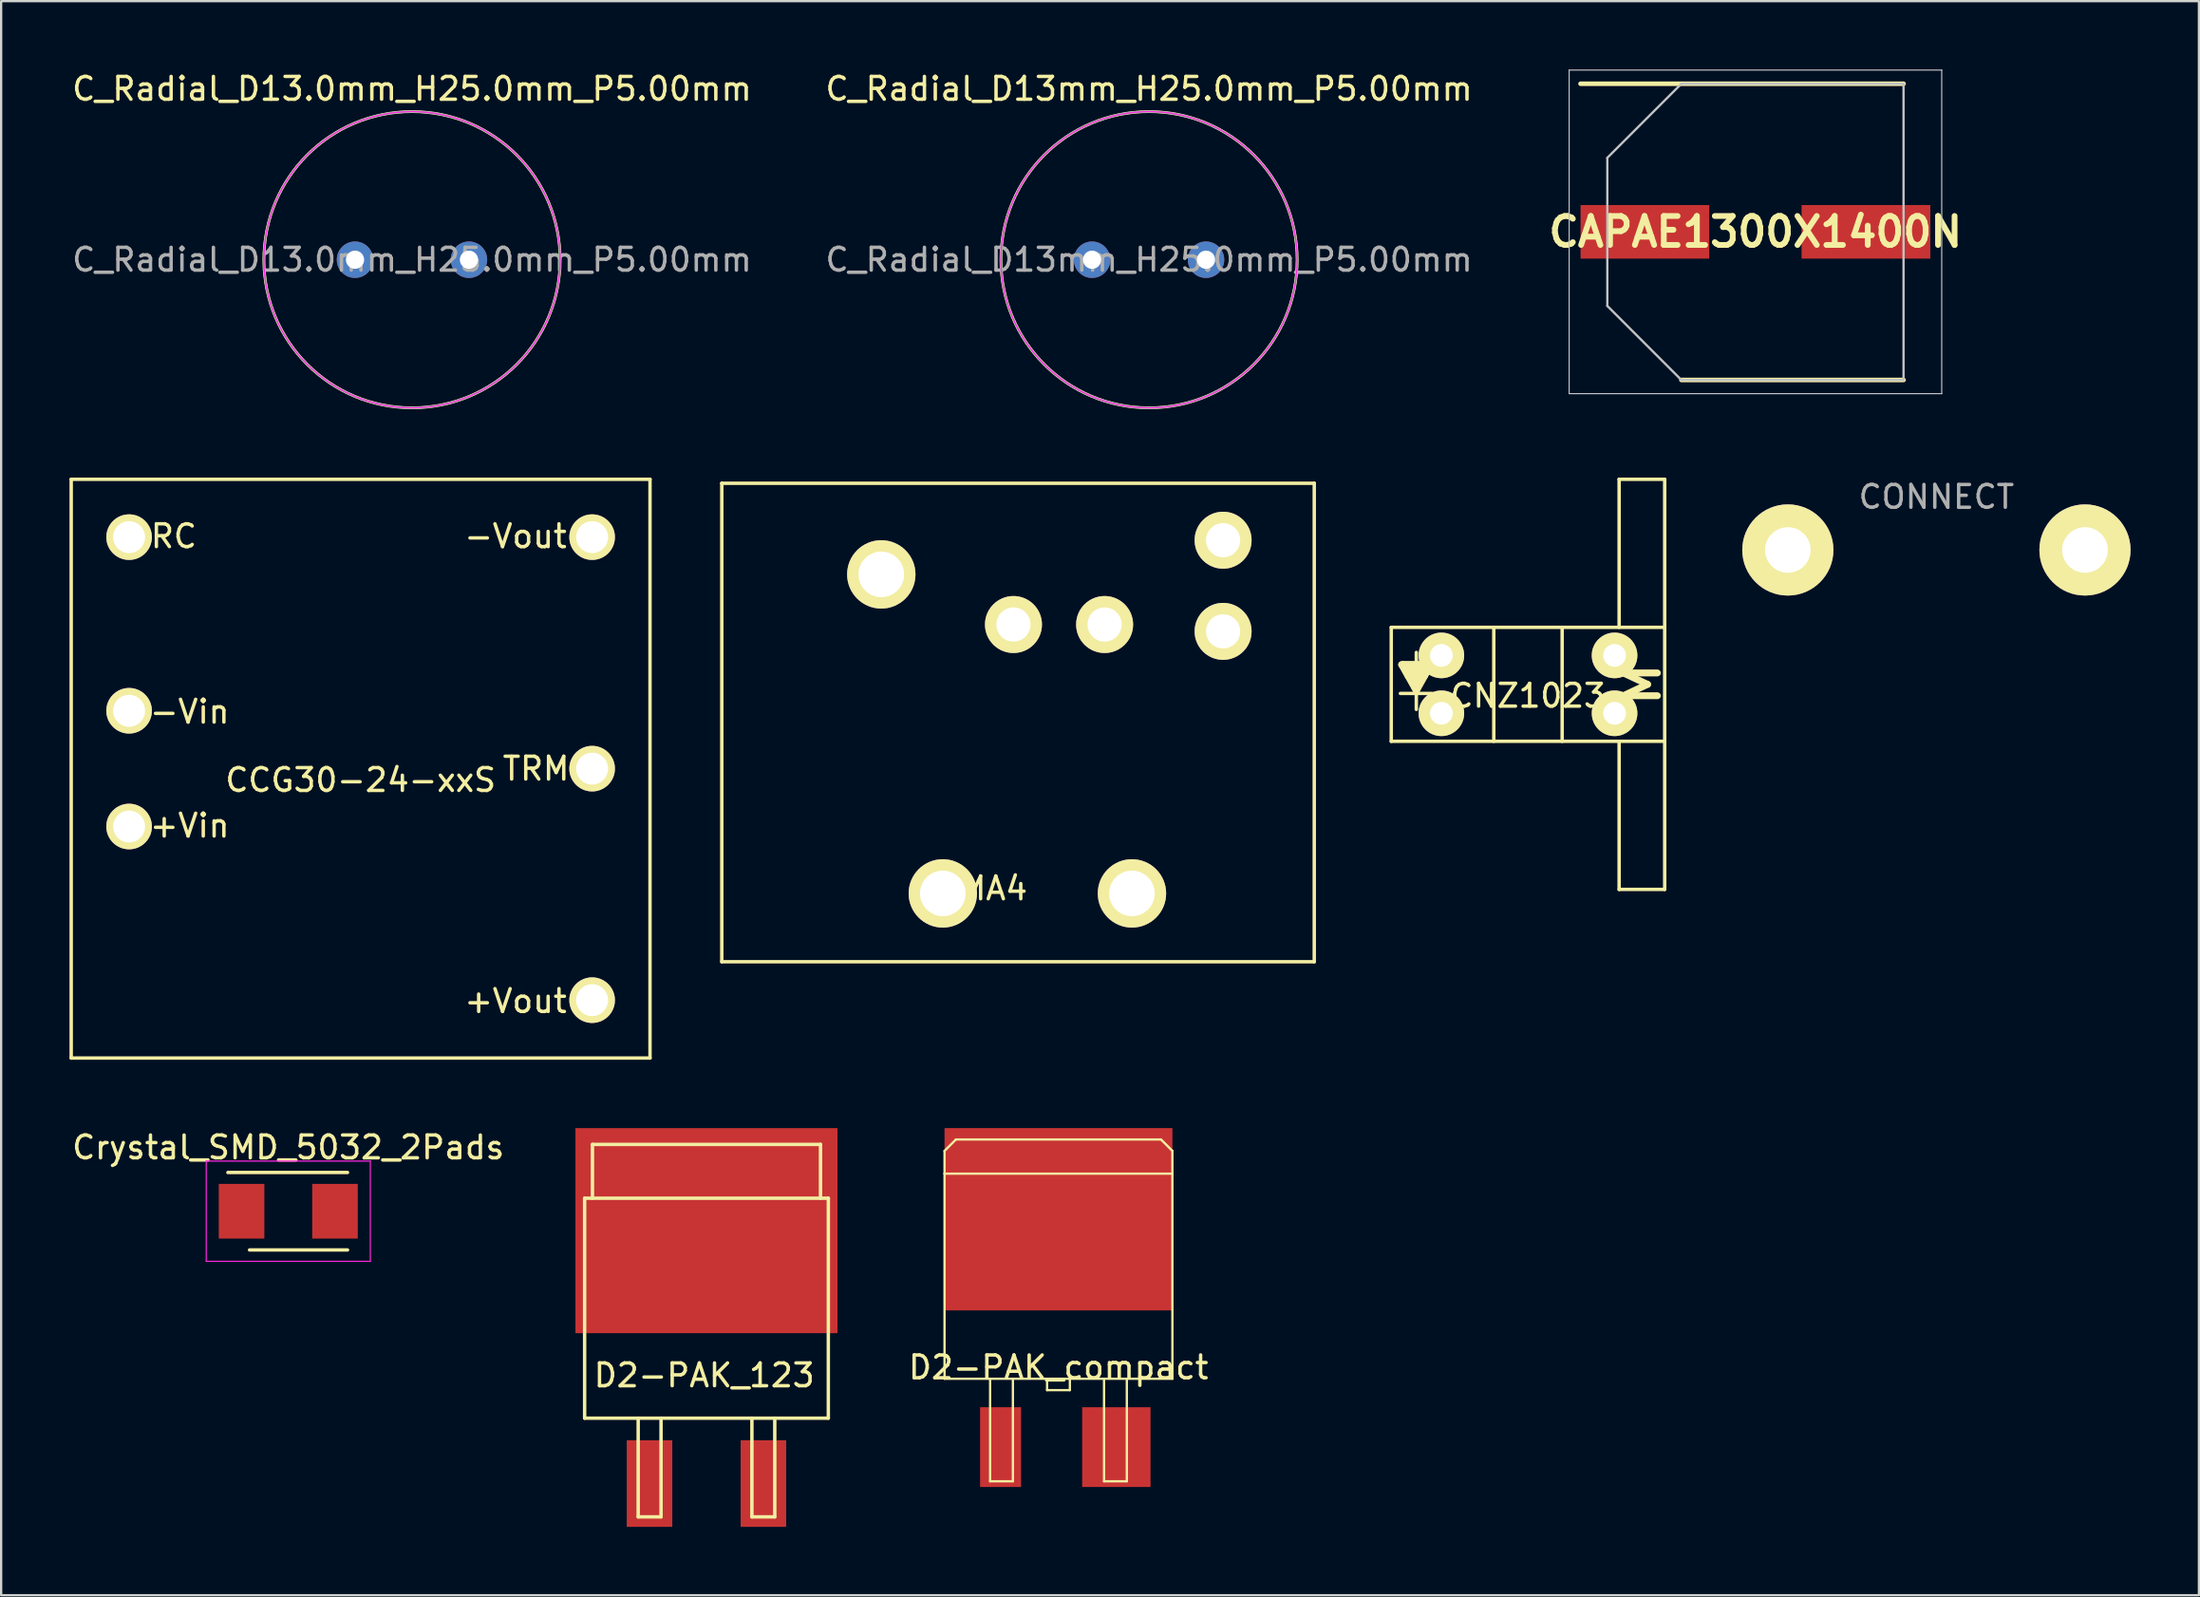
<source format=kicad_pcb>
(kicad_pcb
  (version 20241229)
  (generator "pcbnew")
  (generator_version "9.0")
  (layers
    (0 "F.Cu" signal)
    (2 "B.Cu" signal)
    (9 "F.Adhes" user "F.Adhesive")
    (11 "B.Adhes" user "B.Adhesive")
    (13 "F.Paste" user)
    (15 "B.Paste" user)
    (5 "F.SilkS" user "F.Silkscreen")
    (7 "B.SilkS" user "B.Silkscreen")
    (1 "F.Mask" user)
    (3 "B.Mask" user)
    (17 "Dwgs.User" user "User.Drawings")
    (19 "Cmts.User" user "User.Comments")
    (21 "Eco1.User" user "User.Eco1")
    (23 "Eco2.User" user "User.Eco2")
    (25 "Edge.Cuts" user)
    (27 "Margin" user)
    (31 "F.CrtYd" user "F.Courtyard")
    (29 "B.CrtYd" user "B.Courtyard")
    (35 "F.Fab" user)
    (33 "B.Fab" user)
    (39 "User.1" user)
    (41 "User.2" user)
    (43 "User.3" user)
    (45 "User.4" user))
  (footprint "CCG30-24-xxS"
    (layer "F.Cu")
    (at 12.775 30.683)
    (property "Reference" "CCG30-24-xxS" (at 0 0.5 0) (layer "F.SilkS") (effects (font (size 1 1) (thickness 0.15))))
    (attr through_hole)
    (fp_line (start -12.7 -12.7) (end -12.7 12.7) (stroke (width 0.15) (type solid)) (layer "F.SilkS"))
    (fp_line (start -12.7 12.7) (end 12.7 12.7) (stroke (width 0.15) (type solid)) (layer "F.SilkS"))
    (fp_line (start 12.7 -12.7) (end -12.7 -12.7) (stroke (width 0.15) (type solid)) (layer "F.SilkS"))
    (fp_line (start 12.7 12.7) (end 12.7 -12.7) (stroke (width 0.15) (type solid)) (layer "F.SilkS"))
    (fp_text user "RC" (at -8.2 -10.2 0) (layer "F.SilkS") (effects (font (size 1 1) (thickness 0.15))))
    (fp_text user "+Vin" (at -7.5 2.5 0) (layer "F.SilkS") (effects (font (size 1 1) (thickness 0.15))))
    (fp_text user "-Vout" (at 6.8 -10.2 0) (layer "F.SilkS") (effects (font (size 1 1) (thickness 0.15))))
    (fp_text user "TRM" (at 7.7 0 0) (layer "F.SilkS") (effects (font (size 1 1) (thickness 0.15))))
    (fp_text user "+Vout" (at 6.8 10.2 0) (layer "F.SilkS") (effects (font (size 1 1) (thickness 0.15))))
    (fp_text user "-Vin" (at -7.5 -2.5 0) (layer "F.SilkS") (effects (font (size 1 1) (thickness 0.15))))
    (pad "1" thru_hole circle (at -10.16 -10.16) (size 2 2) (drill 1.4) (layers "*.Cu" "*.Mask" "F.SilkS"))
    (pad "2" thru_hole circle (at -10.16 -2.54) (size 2 2) (drill 1.4) (layers "*.Cu" "*.Mask" "F.SilkS"))
    (pad "3" thru_hole circle (at -10.16 2.54) (size 2 2) (drill 1.4) (layers "*.Cu" "*.Mask" "F.SilkS"))
    (pad "4" thru_hole circle (at 10.16 -10.16) (size 2 2) (drill 1.4) (layers "*.Cu" "*.Mask" "F.SilkS"))
    (pad "5" thru_hole circle (at 10.16 0) (size 2 2) (drill 1.4) (layers "*.Cu" "*.Mask" "F.SilkS"))
    (pad "6" thru_hole circle (at 10.16 10.16) (size 2 2) (drill 1.4) (layers "*.Cu" "*.Mask" "F.SilkS")))
  (footprint "C_Radial_D13mm_H25.0mm_P5.00mm"
    (layer "F.Cu")
    (at 44.875 8.348)
    (property "Reference" "C_Radial_D13mm_H25.0mm_P5.00mm" (at 2.5 -7.5 180) (layer "F.SilkS") (effects (font (size 1 1) (thickness 0.15))))
    (attr through_hole)
    (fp_circle (center 2.5 0) (end 9 0) (stroke (width 0.12) (type solid)) (fill no) (layer "F.SilkS"))
    (fp_circle (center 2.5 0) (end 9 0) (stroke (width 0.05) (type solid)) (fill no) (layer "F.CrtYd"))
    (fp_circle (center 2.5 0) (end 9 0) (stroke (width 0.1) (type solid)) (fill no) (layer "F.Fab"))
    (fp_text user "${REFERENCE}" (at 2.5 0 180) (layer "F.Fab") (effects (font (size 1 1) (thickness 0.15))))
    (pad "1" thru_hole circle (at 0 0) (size 1.6 1.6) (drill 0.8) (layers "*.Cu" "*.Mask"))
    (pad "2" thru_hole circle (at 5 0) (size 1.6 1.6) (drill 0.8) (layers "*.Cu" "*.Mask")))
  (footprint "CAPAE1300X1400N"
    (layer "F.Cu")
    (at 73.986 7.125)
    (property "Reference" "CAPAE1300X1400N" (at 0 0 0) (layer "F.SilkS") (effects (font (size 1.27 1.27) (thickness 0.254))))
    (attr smd)
    (fp_line (start -7.675 -6.5) (end 6.5 -6.5) (stroke (width 0.2) (type solid)) (layer "F.SilkS"))
    (fp_line (start -3.25 6.5) (end 6.5 6.5) (stroke (width 0.2) (type solid)) (layer "F.SilkS"))
    (fp_line (start -8.175 -7.1) (end 8.175 -7.1) (stroke (width 0.05) (type solid)) (layer "Dwgs.User"))
    (fp_line (start -8.175 7.1) (end -8.175 -7.1) (stroke (width 0.05) (type solid)) (layer "Dwgs.User"))
    (fp_line (start -6.5 -3.25) (end -6.5 3.25) (stroke (width 0.1) (type solid)) (layer "Dwgs.User"))
    (fp_line (start -6.5 3.25) (end -3.25 6.5) (stroke (width 0.1) (type solid)) (layer "Dwgs.User"))
    (fp_line (start -3.25 -6.5) (end -6.5 -3.25) (stroke (width 0.1) (type solid)) (layer "Dwgs.User"))
    (fp_line (start -3.25 6.5) (end 6.5 6.5) (stroke (width 0.1) (type solid)) (layer "Dwgs.User"))
    (fp_line (start 6.5 -6.5) (end -3.25 -6.5) (stroke (width 0.1) (type solid)) (layer "Dwgs.User"))
    (fp_line (start 6.5 6.5) (end 6.5 -6.5) (stroke (width 0.1) (type solid)) (layer "Dwgs.User"))
    (fp_line (start 8.175 -7.1) (end 8.175 7.1) (stroke (width 0.05) (type solid)) (layer "Dwgs.User"))
    (fp_line (start 8.175 7.1) (end -8.175 7.1) (stroke (width 0.05) (type solid)) (layer "Dwgs.User"))
    (pad "1" smd rect (at -4.85 0 90) (size 2.35 5.65) (layers "F.Cu" "F.Mask" "F.Paste"))
    (pad "2" smd rect (at 4.85 0 90) (size 2.35 5.65) (layers "F.Cu" "F.Mask" "F.Paste")))
  (footprint "Crystal_SMD_5032_2Pads"
    (layer "F.Cu")
    (at 9.601 50.106)
    (property "Reference" "Crystal_SMD_5032_2Pads" (at 0 -2.8 0) (layer "F.SilkS") (effects (font (size 1 1) (thickness 0.15))))
    (attr smd)
    (fp_line (start -2.65 -1.7) (end 2.6 -1.7) (stroke (width 0.15) (type solid)) (layer "F.SilkS"))
    (fp_line (start 2.6 1.7) (end -1.7 1.7) (stroke (width 0.15) (type solid)) (layer "F.SilkS"))
    (fp_line (start -3.6 -2.2) (end -3.6 2.2) (stroke (width 0.05) (type solid)) (layer "F.CrtYd"))
    (fp_line (start -3.6 2.2) (end 3.6 2.2) (stroke (width 0.05) (type solid)) (layer "F.CrtYd"))
    (fp_line (start 3.6 -2.2) (end -3.6 -2.2) (stroke (width 0.05) (type solid)) (layer "F.CrtYd"))
    (fp_line (start 3.6 2.2) (end 3.6 -2.2) (stroke (width 0.05) (type solid)) (layer "F.CrtYd"))
    (pad "1" smd rect (at -2.05 0) (size 2 2.4) (layers "F.Cu" "F.Mask" "F.Paste"))
    (pad "2" smd rect (at 2.05 0) (size 2 2.4) (layers "F.Cu" "F.Mask" "F.Paste")))
  (footprint "CMA4"
    (layer "F.Cu")
    (at 54.625 18.158)
    (property "Reference" "CMA4" (at -14.57 17.78 0) (layer "F.SilkS") (effects (font (size 1 1) (thickness 0.15))))
    (attr through_hole)
    (fp_line (start -26 0) (end 0 0) (stroke (width 0.15) (type solid)) (layer "F.SilkS"))
    (fp_line (start -26 21) (end -26 0) (stroke (width 0.15) (type solid)) (layer "F.SilkS"))
    (fp_line (start -26 21) (end 0 21) (stroke (width 0.15) (type solid)) (layer "F.SilkS"))
    (fp_line (start 0 0) (end 0 21) (stroke (width 0.15) (type solid)) (layer "F.SilkS"))
    (pad "1" thru_hole circle (at -9.2 6.2 180) (size 2.5 2.5) (drill 1.5) (layers "*.Cu" "*.Mask" "F.SilkS"))
    (pad "2" thru_hole circle (at -13.2 6.2 180) (size 2.5 2.5) (drill 1.5) (layers "*.Cu" "*.Mask" "F.SilkS"))
    (pad "3" thru_hole circle (at -4 2.5 180) (size 2.5 2.5) (drill 1.5) (layers "*.Cu" "*.Mask" "F.SilkS"))
    (pad "4" thru_hole circle (at -19 4 180) (size 3 3) (drill 2) (layers "*.Cu" "*.Mask" "F.SilkS"))
    (pad "4" thru_hole circle (at -16.3 18 180) (size 3 3) (drill 2) (layers "*.Cu" "*.Mask" "F.SilkS"))
    (pad "4" thru_hole circle (at -8 18 180) (size 3 3) (drill 2) (layers "*.Cu" "*.Mask" "F.SilkS"))
    (pad "5" thru_hole circle (at -4 6.5 180) (size 2.5 2.5) (drill 1.5) (layers "*.Cu" "*.Mask" "F.SilkS")))
  (footprint "C_Radial_D13.0mm_H25.0mm_P5.00mm"
    (layer "F.Cu")
    (at 12.53 8.348)
    (property "Reference" "C_Radial_D13.0mm_H25.0mm_P5.00mm" (at 2.5 -7.5 180) (layer "F.SilkS") (effects (font (size 1 1) (thickness 0.15))))
    (attr through_hole)
    (fp_circle (center 2.5 0) (end 9 0) (stroke (width 0.12) (type solid)) (fill no) (layer "F.SilkS"))
    (fp_circle (center 2.5 0) (end 9 0) (stroke (width 0.05) (type solid)) (fill no) (layer "F.CrtYd"))
    (fp_circle (center 2.5 0) (end 9 0) (stroke (width 0.1) (type solid)) (fill no) (layer "F.Fab"))
    (fp_text user "${REFERENCE}" (at 2.5 0 180) (layer "F.Fab") (effects (font (size 1 1) (thickness 0.15))))
    (pad "1" thru_hole circle (at 0 0) (size 1.6 1.6) (drill 0.8) (layers "*.Cu" "*.Mask"))
    (pad "2" thru_hole circle (at 5 0) (size 1.6 1.6) (drill 0.8) (layers "*.Cu" "*.Mask")))
  (footprint "CONNECT"
    (layer "F.Cu")
    (at 81.928 18.256)
    (property "Reference" "CONNECT" (at 0 0.5 0) (layer "F.Fab") (effects (font (size 1 1) (thickness 0.15))))
    (attr through_hole)
    (pad "1" thru_hole circle (at -6.52 2.83) (size 4 4) (drill 2) (layers "*.Cu" "*.Mask" "F.SilkS"))
    (pad "2" thru_hole circle (at 6.52 2.83) (size 4 4) (drill 2) (layers "*.Cu" "*.Mask" "F.SilkS")))
  (footprint "D2-PAK_123"
    (layer "F.Cu")
    (at 27.953 56.508)
    (property "Reference" "D2-PAK_123" (at -0.099 0.8 0) (layer "F.SilkS") (effects (font (size 1 1) (thickness 0.15))))
    (attr smd)
    (fp_line (start -5.347 -6.972) (end 5.347 -6.972) (stroke (width 0.15) (type solid)) (layer "F.SilkS"))
    (fp_line (start -5.347 2.68) (end -5.347 -6.972) (stroke (width 0.15) (type solid)) (layer "F.SilkS"))
    (fp_line (start -5.004 -9.335) (end 5.004 -9.335) (stroke (width 0.15) (type solid)) (layer "F.SilkS"))
    (fp_line (start -5.004 -6.972) (end -5.004 -9.335) (stroke (width 0.15) (type solid)) (layer "F.SilkS"))
    (fp_line (start -2.997 2.68) (end -2.997 7.01) (stroke (width 0.15) (type solid)) (layer "F.SilkS"))
    (fp_line (start -2.997 7.01) (end -1.994 7.01) (stroke (width 0.15) (type solid)) (layer "F.SilkS"))
    (fp_line (start -1.994 7.01) (end -1.994 2.68) (stroke (width 0.15) (type solid)) (layer "F.SilkS"))
    (fp_line (start 1.994 2.68) (end 1.994 7.01) (stroke (width 0.15) (type solid)) (layer "F.SilkS"))
    (fp_line (start 1.994 7.01) (end 2.997 7.01) (stroke (width 0.15) (type solid)) (layer "F.SilkS"))
    (fp_line (start 2.997 7.01) (end 2.997 2.68) (stroke (width 0.15) (type solid)) (layer "F.SilkS"))
    (fp_line (start 5.004 -9.335) (end 5.004 -6.972) (stroke (width 0.15) (type solid)) (layer "F.SilkS"))
    (fp_line (start 5.347 -6.972) (end 5.347 2.68) (stroke (width 0.15) (type solid)) (layer "F.SilkS"))
    (fp_line (start 5.347 2.68) (end -5.347 2.68) (stroke (width 0.15) (type solid)) (layer "F.SilkS"))
    (pad "1" smd rect (at -2.499 5.55) (size 1.999 3.8) (layers "F.Cu" "F.Mask" "F.Paste"))
    (pad "2" smd rect (at 0 -5.55) (size 11.501 8.999) (layers "F.Cu" "F.Mask" "F.Paste"))
    (pad "3" smd rect (at 2.499 5.55) (size 1.999 3.8) (layers "F.Cu" "F.Mask" "F.Paste")))
  (footprint "D2-PAK_compact"
    (layer "F.Cu")
    (at 43.4 57.458)
    (property "Reference" "D2-PAK_compact" (at 0 -0.5 0) (layer "F.SilkS") (effects (font (size 1 1) (thickness 0.15))))
    (attr smd)
    (fp_line (start -5 -9) (end -5 -10) (stroke (width 0.1) (type solid)) (layer "F.SilkS"))
    (fp_line (start -5 -9) (end -5 0) (stroke (width 0.1) (type solid)) (layer "F.SilkS"))
    (fp_line (start -4.5 -10.5) (end -5 -10) (stroke (width 0.1) (type solid)) (layer "F.SilkS"))
    (fp_line (start -3 0) (end -3 4.5) (stroke (width 0.1) (type solid)) (layer "F.SilkS"))
    (fp_line (start -3 4.5) (end -2 4.5) (stroke (width 0.1) (type solid)) (layer "F.SilkS"))
    (fp_line (start -2 4.5) (end -2 0) (stroke (width 0.1) (type solid)) (layer "F.SilkS"))
    (fp_line (start -0.5 0) (end -0.5 0.5) (stroke (width 0.1) (type solid)) (layer "F.SilkS"))
    (fp_line (start -0.5 0.5) (end 0.5 0.5) (stroke (width 0.1) (type solid)) (layer "F.SilkS"))
    (fp_line (start 0.5 0.5) (end 0.5 0) (stroke (width 0.1) (type solid)) (layer "F.SilkS"))
    (fp_line (start 2 0) (end 2 4.5) (stroke (width 0.1) (type solid)) (layer "F.SilkS"))
    (fp_line (start 2 4.5) (end 3 4.5) (stroke (width 0.1) (type solid)) (layer "F.SilkS"))
    (fp_line (start 3 4.5) (end 3 0) (stroke (width 0.1) (type solid)) (layer "F.SilkS"))
    (fp_line (start 4.5 -10.5) (end -4.5 -10.5) (stroke (width 0.1) (type solid)) (layer "F.SilkS"))
    (fp_line (start 5 -10) (end 4.5 -10.5) (stroke (width 0.1) (type solid)) (layer "F.SilkS"))
    (fp_line (start 5 -9) (end -5 -9) (stroke (width 0.1) (type solid)) (layer "F.SilkS"))
    (fp_line (start 5 -9) (end 5 -10) (stroke (width 0.1) (type solid)) (layer "F.SilkS"))
    (fp_line (start 5 0) (end -5 0) (stroke (width 0.1) (type solid)) (layer "F.SilkS"))
    (fp_line (start 5 0) (end 5 -9) (stroke (width 0.1) (type solid)) (layer "F.SilkS"))
    (pad "D" smd rect (at 0 -7) (size 10 8) (layers "F.Cu" "F.Mask" "F.Paste"))
    (pad "G" smd rect (at -2.54 3) (size 1.8 3.5) (layers "F.Cu" "F.Mask" "F.Paste"))
    (pad "S" smd rect (at 2.54 3) (size 3 3.5) (layers "F.Cu" "F.Mask" "F.Paste")))
  (footprint "CNZ1023"
    (layer "F.Cu")
    (at 64.004 26.983)
    (property "Reference" "CNZ1023" (at 0 0.5 0) (layer "F.SilkS") (effects (font (size 1 1) (thickness 0.15))))
    (attr through_hole)
    (fp_line (start -6 -2.5) (end 6 -2.5) (stroke (width 0.15) (type solid)) (layer "F.SilkS"))
    (fp_line (start -6 2.5) (end -6 -2.5) (stroke (width 0.15) (type solid)) (layer "F.SilkS"))
    (fp_line (start -4.9 -1.4) (end -4.9 1.1) (stroke (width 0.15) (type solid)) (layer "F.SilkS"))
    (fp_line (start -4.9 0.4) (end -5.6 0.4) (stroke (width 0.15) (type solid)) (layer "F.SilkS"))
    (fp_line (start -4.9 0.4) (end -4.2 0.4) (stroke (width 0.15) (type solid)) (layer "F.SilkS"))
    (fp_line (start -1.5 -2.5) (end -1.5 2.5) (stroke (width 0.15) (type solid)) (layer "F.SilkS"))
    (fp_line (start 1.5 -2.5) (end 1.5 2.5) (stroke (width 0.15) (type solid)) (layer "F.SilkS"))
    (fp_line (start 4 -9) (end 4 -2.5) (stroke (width 0.15) (type solid)) (layer "F.SilkS"))
    (fp_line (start 4 9) (end 4 2.5) (stroke (width 0.15) (type solid)) (layer "F.SilkS"))
    (fp_line (start 6 -9) (end 4 -9) (stroke (width 0.15) (type solid)) (layer "F.SilkS"))
    (fp_line (start 6 -2.5) (end 6 -9) (stroke (width 0.15) (type solid)) (layer "F.SilkS"))
    (fp_line (start 6 -2.5) (end 6 2.5) (stroke (width 0.15) (type solid)) (layer "F.SilkS"))
    (fp_line (start 6 2.5) (end -6 2.5) (stroke (width 0.15) (type solid)) (layer "F.SilkS"))
    (fp_line (start 6 2.5) (end 6 9) (stroke (width 0.15) (type solid)) (layer "F.SilkS"))
    (fp_line (start 6 9) (end 4 9) (stroke (width 0.15) (type solid)) (layer "F.SilkS"))
    (fp_text user "▼" (at -4.9 -0.4 0) (layer "F.SilkS") (effects (font (size 1.5 1.5) (thickness 0.3))))
    (fp_text user "M" (at 5 0 90) (layer "F.SilkS") (effects (font (size 1.5 1.5) (thickness 0.3))))
    (pad "1" thru_hole circle (at -3.8 1.27) (size 2 2) (drill 1) (layers "*.Cu" "*.Mask" "F.SilkS"))
    (pad "2" thru_hole circle (at -3.8 -1.27) (size 2 2) (drill 1) (layers "*.Cu" "*.Mask" "F.SilkS"))
    (pad "3" thru_hole circle (at 3.8 -1.27) (size 2 2) (drill 1) (layers "*.Cu" "*.Mask" "F.SilkS"))
    (pad "4" thru_hole circle (at 3.8 1.27) (size 2 2) (drill 1) (layers "*.Cu" "*.Mask" "F.SilkS")))
  (gr_rect
    (start -3 -3)
    (end 93.448 66.958)
    (stroke (width 0.1) (type default))
    (fill no)
    (layer "Edge.Cuts")))
</source>
